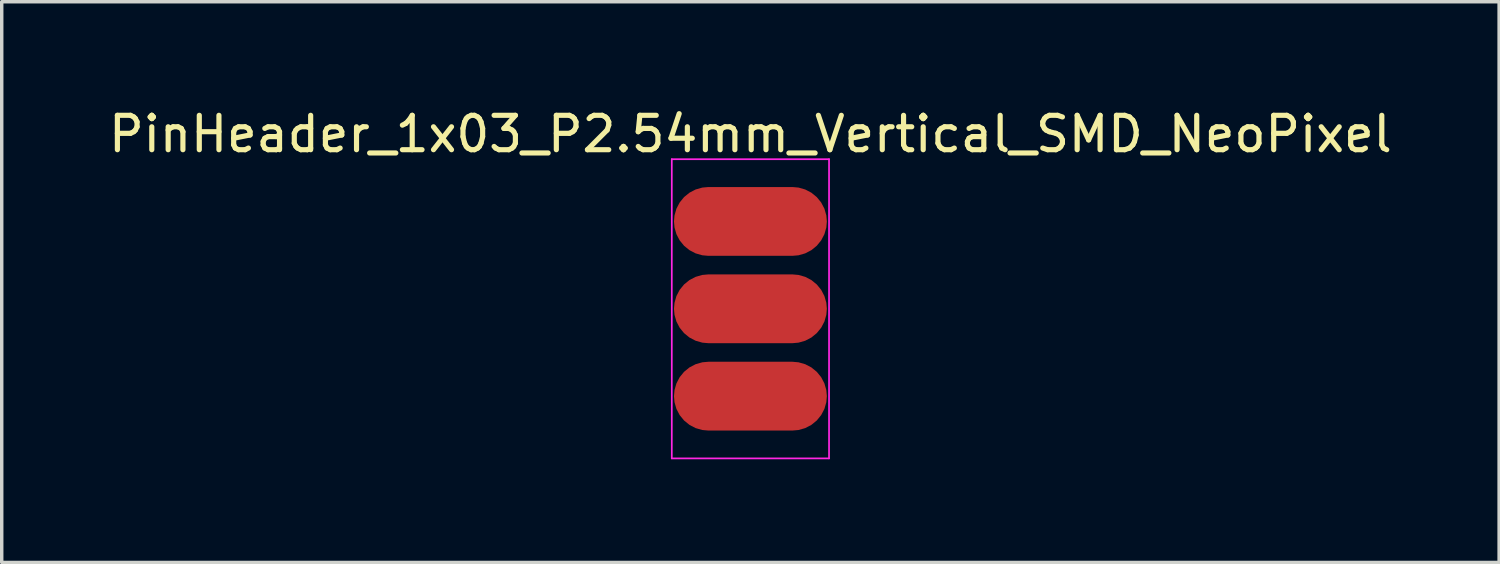
<source format=kicad_pcb>
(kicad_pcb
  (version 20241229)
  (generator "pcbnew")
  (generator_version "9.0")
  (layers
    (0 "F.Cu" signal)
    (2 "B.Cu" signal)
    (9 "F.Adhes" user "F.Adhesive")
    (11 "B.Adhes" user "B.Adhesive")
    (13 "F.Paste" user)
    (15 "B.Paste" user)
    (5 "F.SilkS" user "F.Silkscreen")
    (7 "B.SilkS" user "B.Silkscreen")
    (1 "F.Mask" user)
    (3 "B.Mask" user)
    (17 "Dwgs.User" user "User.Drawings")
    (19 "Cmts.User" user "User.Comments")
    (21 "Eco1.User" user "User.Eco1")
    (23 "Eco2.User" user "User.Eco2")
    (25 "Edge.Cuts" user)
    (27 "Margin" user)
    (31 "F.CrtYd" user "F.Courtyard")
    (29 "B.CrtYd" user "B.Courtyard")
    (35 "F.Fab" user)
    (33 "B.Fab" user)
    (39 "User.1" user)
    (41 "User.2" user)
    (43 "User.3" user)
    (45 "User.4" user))
  (footprint "PinHeader_1x03_P2.54mm_Vertical_SMD_NeoPixel"
    (layer "F.Cu")
    (at 18.768 5.928)
    (property "Reference" "PinHeader_1x03_P2.54mm_Vertical_SMD_NeoPixel" (at 0 -5.08 0) (layer "F.SilkS") (effects (font (size 1 1) (thickness 0.15))))
    (attr smd)
    (fp_line (start -2.286 -4.35) (end -2.286 4.35) (stroke (width 0.05) (type solid)) (layer "F.CrtYd"))
    (fp_line (start -2.286 4.35) (end 2.286 4.35) (stroke (width 0.05) (type solid)) (layer "F.CrtYd"))
    (fp_line (start 2.286 -4.35) (end -2.286 -4.35) (stroke (width 0.05) (type solid)) (layer "F.CrtYd"))
    (fp_line (start 2.286 4.35) (end 2.286 -4.35) (stroke (width 0.05) (type solid)) (layer "F.CrtYd"))
    (pad "1" smd roundrect (at 0 -2.54) (size 4.445 2) (layers "F.Cu" "F.Mask" "F.Paste") (roundrect_rratio 0.5))
    (pad "2" smd roundrect (at 0 0) (size 4.445 2) (layers "F.Cu" "F.Mask" "F.Paste") (roundrect_rratio 0.5))
    (pad "3" smd roundrect (at 0 2.54) (size 4.445 2) (layers "F.Cu" "F.Mask" "F.Paste") (roundrect_rratio 0.5)))
  (gr_rect
    (start -3 -3)
    (end 40.536 13.303)
    (stroke (width 0.1) (type default))
    (fill no)
    (layer "Edge.Cuts")))
</source>
